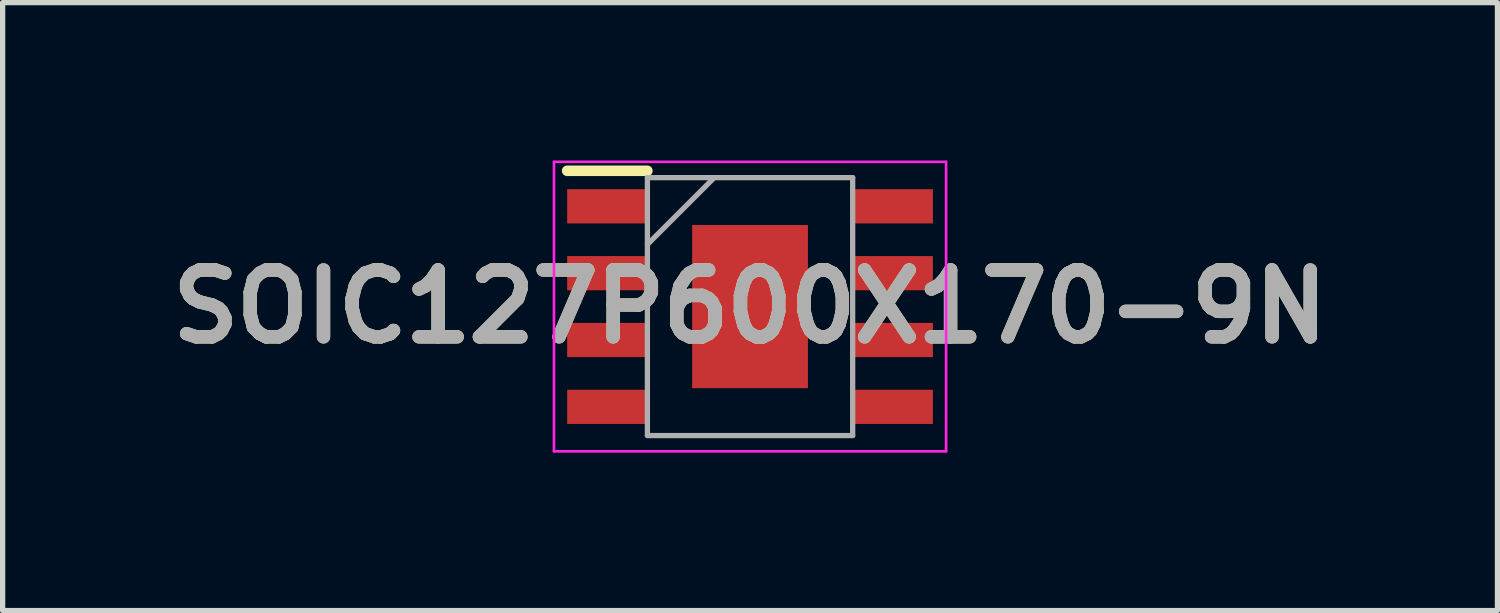
<source format=kicad_pcb>
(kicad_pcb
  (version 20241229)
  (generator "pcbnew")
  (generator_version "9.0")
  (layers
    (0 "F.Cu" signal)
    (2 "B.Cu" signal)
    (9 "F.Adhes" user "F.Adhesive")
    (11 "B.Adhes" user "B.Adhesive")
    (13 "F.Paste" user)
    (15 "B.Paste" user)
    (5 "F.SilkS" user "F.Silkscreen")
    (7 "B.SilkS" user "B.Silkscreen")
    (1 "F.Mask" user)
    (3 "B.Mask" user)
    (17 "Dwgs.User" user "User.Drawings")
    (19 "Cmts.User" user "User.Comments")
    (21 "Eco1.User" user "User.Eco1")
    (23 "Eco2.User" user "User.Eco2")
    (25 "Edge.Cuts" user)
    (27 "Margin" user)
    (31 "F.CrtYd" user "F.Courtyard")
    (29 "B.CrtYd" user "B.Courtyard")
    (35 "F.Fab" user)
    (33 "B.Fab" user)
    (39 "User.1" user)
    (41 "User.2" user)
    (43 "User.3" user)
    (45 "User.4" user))
  (footprint "SOIC127P600X170-9N"
    (layer "F.Cu")
    (at 11.2 2.775)
    (property "Reference" "SOIC127P600X170-9N" (at 0 0 0) (layer "F.SilkS") (effects (font (size 1.27 1.27) (thickness 0.254))))
    (attr smd)
    (fp_line (start -3.475 -2.58) (end -1.95 -2.58) (stroke (width 0.2) (type solid)) (layer "F.SilkS"))
    (fp_line (start -3.725 -2.75) (end 3.725 -2.75) (stroke (width 0.05) (type solid)) (layer "F.CrtYd"))
    (fp_line (start -3.725 2.75) (end -3.725 -2.75) (stroke (width 0.05) (type solid)) (layer "F.CrtYd"))
    (fp_line (start 3.725 -2.75) (end 3.725 2.75) (stroke (width 0.05) (type solid)) (layer "F.CrtYd"))
    (fp_line (start 3.725 2.75) (end -3.725 2.75) (stroke (width 0.05) (type solid)) (layer "F.CrtYd"))
    (fp_line (start -1.95 -2.45) (end 1.95 -2.45) (stroke (width 0.1) (type solid)) (layer "F.Fab"))
    (fp_line (start -1.95 -1.18) (end -0.68 -2.45) (stroke (width 0.1) (type solid)) (layer "F.Fab"))
    (fp_line (start -1.95 2.45) (end -1.95 -2.45) (stroke (width 0.1) (type solid)) (layer "F.Fab"))
    (fp_line (start 1.95 -2.45) (end 1.95 2.45) (stroke (width 0.1) (type solid)) (layer "F.Fab"))
    (fp_line (start 1.95 2.45) (end -1.95 2.45) (stroke (width 0.1) (type solid)) (layer "F.Fab"))
    (fp_text user "${REFERENCE}" (at 0 0 0) (layer "F.Fab") (effects (font (size 1.27 1.27) (thickness 0.254))))
    (pad "1" smd rect (at -2.712 -1.905 90) (size 0.65 1.525) (layers "F.Cu" "F.Mask" "F.Paste"))
    (pad "2" smd rect (at -2.712 -0.635 90) (size 0.65 1.525) (layers "F.Cu" "F.Mask" "F.Paste"))
    (pad "3" smd rect (at -2.712 0.635 90) (size 0.65 1.525) (layers "F.Cu" "F.Mask" "F.Paste"))
    (pad "4" smd rect (at -2.712 1.905 90) (size 0.65 1.525) (layers "F.Cu" "F.Mask" "F.Paste"))
    (pad "5" smd rect (at 2.712 1.905 90) (size 0.65 1.525) (layers "F.Cu" "F.Mask" "F.Paste"))
    (pad "6" smd rect (at 2.712 0.635 90) (size 0.65 1.525) (layers "F.Cu" "F.Mask" "F.Paste"))
    (pad "7" smd rect (at 2.712 -0.635 90) (size 0.65 1.525) (layers "F.Cu" "F.Mask" "F.Paste"))
    (pad "8" smd rect (at 2.712 -1.905 90) (size 0.65 1.525) (layers "F.Cu" "F.Mask" "F.Paste"))
    (pad "9" smd rect (at 0 0) (size 2.2 3.1) (layers "F.Cu" "F.Mask" "F.Paste")))
  (gr_rect
    (start -3 -3)
    (end 25.4 8.55)
    (stroke (width 0.1) (type default))
    (fill no)
    (layer "Edge.Cuts")))
</source>
